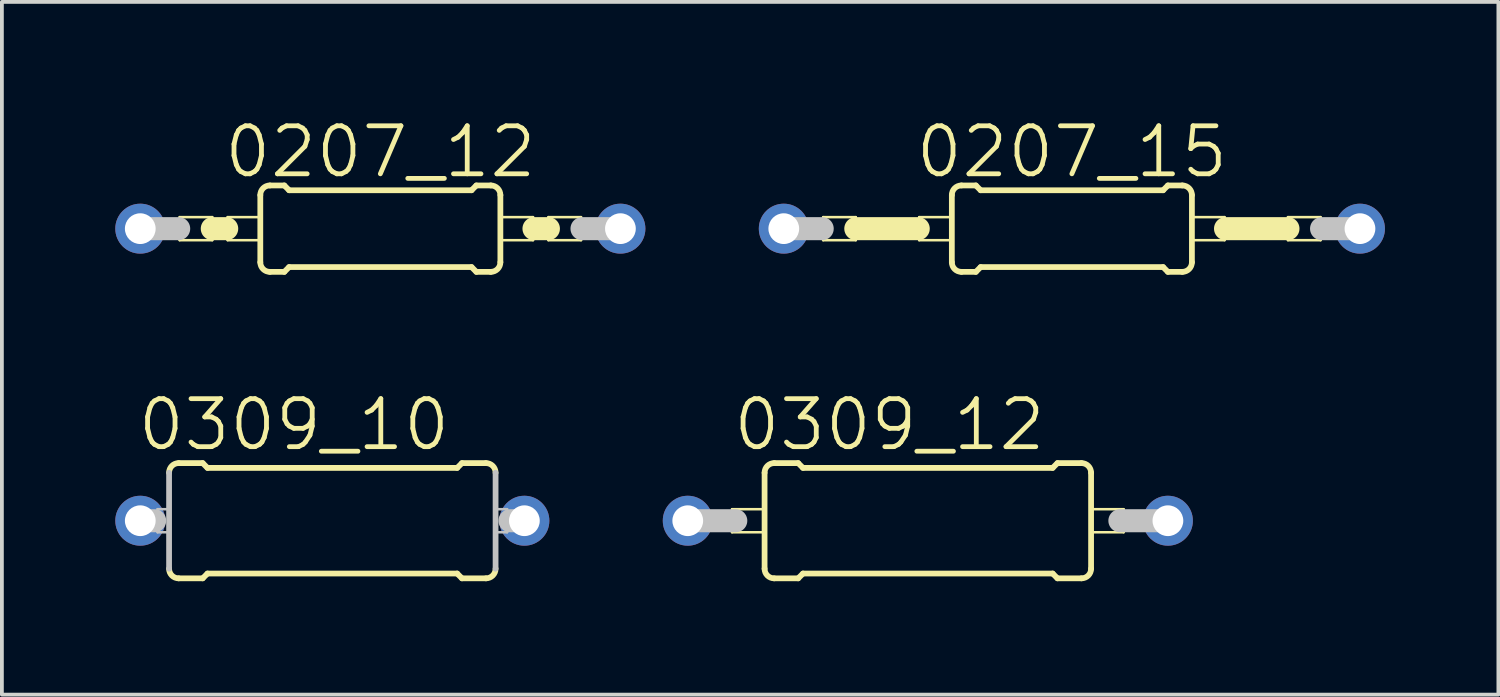
<source format=kicad_pcb>
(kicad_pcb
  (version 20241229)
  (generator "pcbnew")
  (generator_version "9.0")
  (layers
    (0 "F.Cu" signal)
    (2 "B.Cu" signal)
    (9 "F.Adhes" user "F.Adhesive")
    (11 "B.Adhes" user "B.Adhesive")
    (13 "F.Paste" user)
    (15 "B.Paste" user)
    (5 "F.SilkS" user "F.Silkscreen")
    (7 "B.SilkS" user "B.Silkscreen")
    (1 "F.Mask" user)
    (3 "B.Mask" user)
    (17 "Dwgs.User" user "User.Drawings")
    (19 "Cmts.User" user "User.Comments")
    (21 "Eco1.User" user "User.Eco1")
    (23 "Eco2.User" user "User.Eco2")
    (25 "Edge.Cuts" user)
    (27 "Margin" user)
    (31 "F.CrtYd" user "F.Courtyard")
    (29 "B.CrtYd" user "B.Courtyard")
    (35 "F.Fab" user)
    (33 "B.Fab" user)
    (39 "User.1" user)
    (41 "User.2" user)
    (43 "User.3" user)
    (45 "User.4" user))
  (footprint "0309_10"
    (layer "F.Cu")
    (at 5.74 10.723)
    (property "Reference" "0309_10" (at -1.016 -2.54 0) (layer "F.SilkS") (effects (font (size 1.27 1.27) (thickness 0.127))))
    (attr exclude_from_pos_files exclude_from_bom)
    (fp_line (start -4.064 -1.524) (end -3.429 -1.524) (stroke (width 0.152) (type solid)) (layer "F.SilkS"))
    (fp_line (start -4.064 1.524) (end -3.429 1.524) (stroke (width 0.152) (type solid)) (layer "F.SilkS"))
    (fp_line (start -3.302 -1.397) (end -3.429 -1.524) (stroke (width 0.152) (type solid)) (layer "F.SilkS"))
    (fp_line (start -3.302 1.397) (end -3.429 1.524) (stroke (width 0.152) (type solid)) (layer "F.SilkS"))
    (fp_line (start 3.302 -1.397) (end -3.302 -1.397) (stroke (width 0.152) (type solid)) (layer "F.SilkS"))
    (fp_line (start 3.302 -1.397) (end 3.429 -1.524) (stroke (width 0.152) (type solid)) (layer "F.SilkS"))
    (fp_line (start 3.302 1.397) (end -3.302 1.397) (stroke (width 0.152) (type solid)) (layer "F.SilkS"))
    (fp_line (start 3.302 1.397) (end 3.429 1.524) (stroke (width 0.152) (type solid)) (layer "F.SilkS"))
    (fp_line (start 4.064 -1.524) (end 3.429 -1.524) (stroke (width 0.152) (type solid)) (layer "F.SilkS"))
    (fp_line (start 4.064 1.524) (end 3.429 1.524) (stroke (width 0.152) (type solid)) (layer "F.SilkS"))
    (fp_arc (start -4.318 -1.27) (mid -4.243605 -1.449605) (end -4.064 -1.524) (stroke (width 0.1524) (type solid)) (layer "F.SilkS"))
    (fp_arc (start -4.064 1.524) (mid -4.243605 1.449605) (end -4.318 1.27) (stroke (width 0.1524) (type solid)) (layer "F.SilkS"))
    (fp_arc (start 4.064 -1.524) (mid 4.243605 -1.449605) (end 4.318 -1.27) (stroke (width 0.1524) (type solid)) (layer "F.SilkS"))
    (fp_arc (start 4.318 1.27) (mid 4.243605 1.449605) (end 4.064 1.524) (stroke (width 0.1524) (type solid)) (layer "F.SilkS"))
    (fp_line (start -4.699 0) (end -5.08 0) (stroke (width 0.61) (type solid)) (layer "Dwgs.User"))
    (fp_line (start -4.623 -0.305) (end -4.318 -0.305) (stroke (width 0.066) (type solid)) (layer "Dwgs.User"))
    (fp_line (start -4.623 0.305) (end -4.623 -0.305) (stroke (width 0.066) (type solid)) (layer "Dwgs.User"))
    (fp_line (start -4.623 0.305) (end -4.318 0.305) (stroke (width 0.066) (type solid)) (layer "Dwgs.User"))
    (fp_line (start -4.318 0.305) (end -4.318 -0.305) (stroke (width 0.066) (type solid)) (layer "Dwgs.User"))
    (fp_line (start -4.318 1.27) (end -4.318 -1.27) (stroke (width 0.152) (type solid)) (layer "Dwgs.User"))
    (fp_line (start 4.318 -0.305) (end 4.623 -0.305) (stroke (width 0.066) (type solid)) (layer "Dwgs.User"))
    (fp_line (start 4.318 0.305) (end 4.318 -0.305) (stroke (width 0.066) (type solid)) (layer "Dwgs.User"))
    (fp_line (start 4.318 0.305) (end 4.623 0.305) (stroke (width 0.066) (type solid)) (layer "Dwgs.User"))
    (fp_line (start 4.318 1.27) (end 4.318 -1.27) (stroke (width 0.152) (type solid)) (layer "Dwgs.User"))
    (fp_line (start 4.623 0.305) (end 4.623 -0.305) (stroke (width 0.066) (type solid)) (layer "Dwgs.User"))
    (fp_line (start 5.08 0) (end 4.699 0) (stroke (width 0.61) (type solid)) (layer "Dwgs.User"))
    (pad "1" thru_hole circle (at -5.08 0) (size 1.321 1.321) (drill 0.813) (layers "*.Cu" "*.Paste" "*.Mask"))
    (pad "2" thru_hole circle (at 5.08 0) (size 1.321 1.321) (drill 0.813) (layers "*.Cu" "*.Paste" "*.Mask")))
  (footprint "0207_15"
    (layer "F.Cu")
    (at 25.301 2.998)
    (property "Reference" "0207_15" (at 0 -2.032 0) (layer "F.SilkS") (effects (font (size 1.27 1.27) (thickness 0.127))))
    (attr exclude_from_pos_files exclude_from_bom)
    (fp_line (start -6.579 -0.305) (end -5.715 -0.305) (stroke (width 0.066) (type solid)) (layer "F.SilkS"))
    (fp_line (start -6.579 0.305) (end -6.579 -0.305) (stroke (width 0.066) (type solid)) (layer "F.SilkS"))
    (fp_line (start -6.579 0.305) (end -5.715 0.305) (stroke (width 0.066) (type solid)) (layer "F.SilkS"))
    (fp_line (start -5.715 0) (end -4.064 0) (stroke (width 0.61) (type solid)) (layer "F.SilkS"))
    (fp_line (start -5.715 0.305) (end -5.715 -0.305) (stroke (width 0.066) (type solid)) (layer "F.SilkS"))
    (fp_line (start -4.039 -0.305) (end -3.175 -0.305) (stroke (width 0.066) (type solid)) (layer "F.SilkS"))
    (fp_line (start -4.039 0.305) (end -4.039 -0.305) (stroke (width 0.066) (type solid)) (layer "F.SilkS"))
    (fp_line (start -4.039 0.305) (end -3.175 0.305) (stroke (width 0.066) (type solid)) (layer "F.SilkS"))
    (fp_line (start -3.175 0.305) (end -3.175 -0.305) (stroke (width 0.066) (type solid)) (layer "F.SilkS"))
    (fp_line (start -3.175 0.889) (end -3.175 -0.889) (stroke (width 0.152) (type solid)) (layer "F.SilkS"))
    (fp_line (start -2.921 -1.143) (end -2.54 -1.143) (stroke (width 0.152) (type solid)) (layer "F.SilkS"))
    (fp_line (start -2.921 1.143) (end -2.54 1.143) (stroke (width 0.152) (type solid)) (layer "F.SilkS"))
    (fp_line (start -2.413 -1.016) (end -2.54 -1.143) (stroke (width 0.152) (type solid)) (layer "F.SilkS"))
    (fp_line (start -2.413 1.016) (end -2.54 1.143) (stroke (width 0.152) (type solid)) (layer "F.SilkS"))
    (fp_line (start 2.413 -1.016) (end -2.413 -1.016) (stroke (width 0.152) (type solid)) (layer "F.SilkS"))
    (fp_line (start 2.413 -1.016) (end 2.54 -1.143) (stroke (width 0.152) (type solid)) (layer "F.SilkS"))
    (fp_line (start 2.413 1.016) (end -2.413 1.016) (stroke (width 0.152) (type solid)) (layer "F.SilkS"))
    (fp_line (start 2.413 1.016) (end 2.54 1.143) (stroke (width 0.152) (type solid)) (layer "F.SilkS"))
    (fp_line (start 2.921 -1.143) (end 2.54 -1.143) (stroke (width 0.152) (type solid)) (layer "F.SilkS"))
    (fp_line (start 2.921 1.143) (end 2.54 1.143) (stroke (width 0.152) (type solid)) (layer "F.SilkS"))
    (fp_line (start 3.175 -0.305) (end 4.039 -0.305) (stroke (width 0.066) (type solid)) (layer "F.SilkS"))
    (fp_line (start 3.175 0.305) (end 3.175 -0.305) (stroke (width 0.066) (type solid)) (layer "F.SilkS"))
    (fp_line (start 3.175 0.305) (end 4.039 0.305) (stroke (width 0.066) (type solid)) (layer "F.SilkS"))
    (fp_line (start 3.175 0.889) (end 3.175 -0.889) (stroke (width 0.152) (type solid)) (layer "F.SilkS"))
    (fp_line (start 4.039 0.305) (end 4.039 -0.305) (stroke (width 0.066) (type solid)) (layer "F.SilkS"))
    (fp_line (start 5.715 -0.305) (end 6.579 -0.305) (stroke (width 0.066) (type solid)) (layer "F.SilkS"))
    (fp_line (start 5.715 0) (end 4.064 0) (stroke (width 0.61) (type solid)) (layer "F.SilkS"))
    (fp_line (start 5.715 0.305) (end 5.715 -0.305) (stroke (width 0.066) (type solid)) (layer "F.SilkS"))
    (fp_line (start 5.715 0.305) (end 6.579 0.305) (stroke (width 0.066) (type solid)) (layer "F.SilkS"))
    (fp_line (start 6.579 0.305) (end 6.579 -0.305) (stroke (width 0.066) (type solid)) (layer "F.SilkS"))
    (fp_arc (start -3.175 -0.889) (mid -3.100605 -1.068605) (end -2.921 -1.143) (stroke (width 0.1524) (type solid)) (layer "F.SilkS"))
    (fp_arc (start -2.921 1.143) (mid -3.100605 1.068605) (end -3.175 0.889) (stroke (width 0.1524) (type solid)) (layer "F.SilkS"))
    (fp_arc (start 2.921 -1.143) (mid 3.100605 -1.068605) (end 3.175 -0.889) (stroke (width 0.1524) (type solid)) (layer "F.SilkS"))
    (fp_arc (start 3.175 0.889) (mid 3.100605 1.068605) (end 2.921 1.143) (stroke (width 0.1524) (type solid)) (layer "F.SilkS"))
    (fp_line (start -7.62 0) (end -6.604 0) (stroke (width 0.61) (type solid)) (layer "Dwgs.User"))
    (fp_line (start 7.62 0) (end 6.604 0) (stroke (width 0.61) (type solid)) (layer "Dwgs.User"))
    (pad "1" thru_hole circle (at -7.62 0) (size 1.321 1.321) (drill 0.813) (layers "*.Cu" "*.Paste" "*.Mask"))
    (pad "2" thru_hole circle (at 7.62 0) (size 1.321 1.321) (drill 0.813) (layers "*.Cu" "*.Paste" "*.Mask")))
  (footprint "0207_12"
    (layer "F.Cu")
    (at 7.01 2.998)
    (property "Reference" "0207_12" (at 0 -2.032 0) (layer "F.SilkS") (effects (font (size 1.27 1.27) (thickness 0.127))))
    (attr exclude_from_pos_files exclude_from_bom)
    (fp_line (start -5.309 -0.305) (end -4.445 -0.305) (stroke (width 0.066) (type solid)) (layer "F.SilkS"))
    (fp_line (start -5.309 0.305) (end -5.309 -0.305) (stroke (width 0.066) (type solid)) (layer "F.SilkS"))
    (fp_line (start -5.309 0.305) (end -4.445 0.305) (stroke (width 0.066) (type solid)) (layer "F.SilkS"))
    (fp_line (start -4.445 0) (end -4.064 0) (stroke (width 0.61) (type solid)) (layer "F.SilkS"))
    (fp_line (start -4.445 0.305) (end -4.445 -0.305) (stroke (width 0.066) (type solid)) (layer "F.SilkS"))
    (fp_line (start -4.039 -0.305) (end -3.175 -0.305) (stroke (width 0.066) (type solid)) (layer "F.SilkS"))
    (fp_line (start -4.039 0.305) (end -4.039 -0.305) (stroke (width 0.066) (type solid)) (layer "F.SilkS"))
    (fp_line (start -4.039 0.305) (end -3.175 0.305) (stroke (width 0.066) (type solid)) (layer "F.SilkS"))
    (fp_line (start -3.175 0.305) (end -3.175 -0.305) (stroke (width 0.066) (type solid)) (layer "F.SilkS"))
    (fp_line (start -3.175 0.889) (end -3.175 -0.889) (stroke (width 0.152) (type solid)) (layer "F.SilkS"))
    (fp_line (start -2.921 -1.143) (end -2.54 -1.143) (stroke (width 0.152) (type solid)) (layer "F.SilkS"))
    (fp_line (start -2.921 1.143) (end -2.54 1.143) (stroke (width 0.152) (type solid)) (layer "F.SilkS"))
    (fp_line (start -2.413 -1.016) (end -2.54 -1.143) (stroke (width 0.152) (type solid)) (layer "F.SilkS"))
    (fp_line (start -2.413 1.016) (end -2.54 1.143) (stroke (width 0.152) (type solid)) (layer "F.SilkS"))
    (fp_line (start 2.413 -1.016) (end -2.413 -1.016) (stroke (width 0.152) (type solid)) (layer "F.SilkS"))
    (fp_line (start 2.413 -1.016) (end 2.54 -1.143) (stroke (width 0.152) (type solid)) (layer "F.SilkS"))
    (fp_line (start 2.413 1.016) (end -2.413 1.016) (stroke (width 0.152) (type solid)) (layer "F.SilkS"))
    (fp_line (start 2.413 1.016) (end 2.54 1.143) (stroke (width 0.152) (type solid)) (layer "F.SilkS"))
    (fp_line (start 2.921 -1.143) (end 2.54 -1.143) (stroke (width 0.152) (type solid)) (layer "F.SilkS"))
    (fp_line (start 2.921 1.143) (end 2.54 1.143) (stroke (width 0.152) (type solid)) (layer "F.SilkS"))
    (fp_line (start 3.175 -0.305) (end 4.039 -0.305) (stroke (width 0.066) (type solid)) (layer "F.SilkS"))
    (fp_line (start 3.175 0.305) (end 3.175 -0.305) (stroke (width 0.066) (type solid)) (layer "F.SilkS"))
    (fp_line (start 3.175 0.305) (end 4.039 0.305) (stroke (width 0.066) (type solid)) (layer "F.SilkS"))
    (fp_line (start 3.175 0.889) (end 3.175 -0.889) (stroke (width 0.152) (type solid)) (layer "F.SilkS"))
    (fp_line (start 4.039 0.305) (end 4.039 -0.305) (stroke (width 0.066) (type solid)) (layer "F.SilkS"))
    (fp_line (start 4.445 -0.305) (end 5.309 -0.305) (stroke (width 0.066) (type solid)) (layer "F.SilkS"))
    (fp_line (start 4.445 0) (end 4.064 0) (stroke (width 0.61) (type solid)) (layer "F.SilkS"))
    (fp_line (start 4.445 0.305) (end 4.445 -0.305) (stroke (width 0.066) (type solid)) (layer "F.SilkS"))
    (fp_line (start 4.445 0.305) (end 5.309 0.305) (stroke (width 0.066) (type solid)) (layer "F.SilkS"))
    (fp_line (start 5.309 0.305) (end 5.309 -0.305) (stroke (width 0.066) (type solid)) (layer "F.SilkS"))
    (fp_arc (start -3.175 -0.889) (mid -3.100605 -1.068605) (end -2.921 -1.143) (stroke (width 0.1524) (type solid)) (layer "F.SilkS"))
    (fp_arc (start -2.921 1.143) (mid -3.100605 1.068605) (end -3.175 0.889) (stroke (width 0.1524) (type solid)) (layer "F.SilkS"))
    (fp_arc (start 2.921 -1.143) (mid 3.100605 -1.068605) (end 3.175 -0.889) (stroke (width 0.1524) (type solid)) (layer "F.SilkS"))
    (fp_arc (start 3.175 0.889) (mid 3.100605 1.068605) (end 2.921 1.143) (stroke (width 0.1524) (type solid)) (layer "F.SilkS"))
    (fp_line (start -6.35 0) (end -5.334 0) (stroke (width 0.61) (type solid)) (layer "Dwgs.User"))
    (fp_line (start 6.35 0) (end 5.334 0) (stroke (width 0.61) (type solid)) (layer "Dwgs.User"))
    (pad "1" thru_hole circle (at -6.35 0) (size 1.321 1.321) (drill 0.813) (layers "*.Cu" "*.Paste" "*.Mask"))
    (pad "2" thru_hole circle (at 6.35 0) (size 1.321 1.321) (drill 0.813) (layers "*.Cu" "*.Paste" "*.Mask")))
  (footprint "0309_12"
    (layer "F.Cu")
    (at 21.491 10.723)
    (property "Reference" "0309_12" (at -1.016 -2.54 0) (layer "F.SilkS") (effects (font (size 1.27 1.27) (thickness 0.127))))
    (attr exclude_from_pos_files exclude_from_bom)
    (fp_line (start -5.179 -0.305) (end -4.318 -0.305) (stroke (width 0.066) (type solid)) (layer "F.SilkS"))
    (fp_line (start -5.179 0.305) (end -5.179 -0.305) (stroke (width 0.066) (type solid)) (layer "F.SilkS"))
    (fp_line (start -5.179 0.305) (end -4.318 0.305) (stroke (width 0.066) (type solid)) (layer "F.SilkS"))
    (fp_line (start -4.318 0.305) (end -4.318 -0.305) (stroke (width 0.066) (type solid)) (layer "F.SilkS"))
    (fp_line (start -4.318 1.27) (end -4.318 -1.27) (stroke (width 0.152) (type solid)) (layer "F.SilkS"))
    (fp_line (start -4.064 -1.524) (end -3.429 -1.524) (stroke (width 0.152) (type solid)) (layer "F.SilkS"))
    (fp_line (start -4.064 1.524) (end -3.429 1.524) (stroke (width 0.152) (type solid)) (layer "F.SilkS"))
    (fp_line (start -3.302 -1.397) (end -3.429 -1.524) (stroke (width 0.152) (type solid)) (layer "F.SilkS"))
    (fp_line (start -3.302 1.397) (end -3.429 1.524) (stroke (width 0.152) (type solid)) (layer "F.SilkS"))
    (fp_line (start 3.302 -1.397) (end -3.302 -1.397) (stroke (width 0.152) (type solid)) (layer "F.SilkS"))
    (fp_line (start 3.302 -1.397) (end 3.429 -1.524) (stroke (width 0.152) (type solid)) (layer "F.SilkS"))
    (fp_line (start 3.302 1.397) (end -3.302 1.397) (stroke (width 0.152) (type solid)) (layer "F.SilkS"))
    (fp_line (start 3.302 1.397) (end 3.429 1.524) (stroke (width 0.152) (type solid)) (layer "F.SilkS"))
    (fp_line (start 4.064 -1.524) (end 3.429 -1.524) (stroke (width 0.152) (type solid)) (layer "F.SilkS"))
    (fp_line (start 4.064 1.524) (end 3.429 1.524) (stroke (width 0.152) (type solid)) (layer "F.SilkS"))
    (fp_line (start 4.318 -0.305) (end 5.179 -0.305) (stroke (width 0.066) (type solid)) (layer "F.SilkS"))
    (fp_line (start 4.318 0.305) (end 4.318 -0.305) (stroke (width 0.066) (type solid)) (layer "F.SilkS"))
    (fp_line (start 4.318 0.305) (end 5.179 0.305) (stroke (width 0.066) (type solid)) (layer "F.SilkS"))
    (fp_line (start 4.318 1.27) (end 4.318 -1.27) (stroke (width 0.152) (type solid)) (layer "F.SilkS"))
    (fp_line (start 5.179 0.305) (end 5.179 -0.305) (stroke (width 0.066) (type solid)) (layer "F.SilkS"))
    (fp_arc (start -4.318 -1.27) (mid -4.243605 -1.449605) (end -4.064 -1.524) (stroke (width 0.1524) (type solid)) (layer "F.SilkS"))
    (fp_arc (start -4.064 1.524) (mid -4.243605 1.449605) (end -4.318 1.27) (stroke (width 0.1524) (type solid)) (layer "F.SilkS"))
    (fp_arc (start 4.064 -1.524) (mid 4.243605 -1.449605) (end 4.318 -1.27) (stroke (width 0.1524) (type solid)) (layer "F.SilkS"))
    (fp_arc (start 4.318 1.27) (mid 4.243605 1.449605) (end 4.064 1.524) (stroke (width 0.1524) (type solid)) (layer "F.SilkS"))
    (fp_line (start -6.35 0) (end -5.08 0) (stroke (width 0.61) (type solid)) (layer "Dwgs.User"))
    (fp_line (start 6.35 0) (end 5.08 0) (stroke (width 0.61) (type solid)) (layer "Dwgs.User"))
    (pad "1" thru_hole circle (at -6.35 0) (size 1.321 1.321) (drill 0.813) (layers "*.Cu" "*.Paste" "*.Mask"))
    (pad "2" thru_hole circle (at 6.35 0) (size 1.321 1.321) (drill 0.813) (layers "*.Cu" "*.Paste" "*.Mask")))
  (gr_rect
    (start -3 -3)
    (end 36.582 15.323)
    (stroke (width 0.1) (type default))
    (fill no)
    (layer "Edge.Cuts")))
</source>
